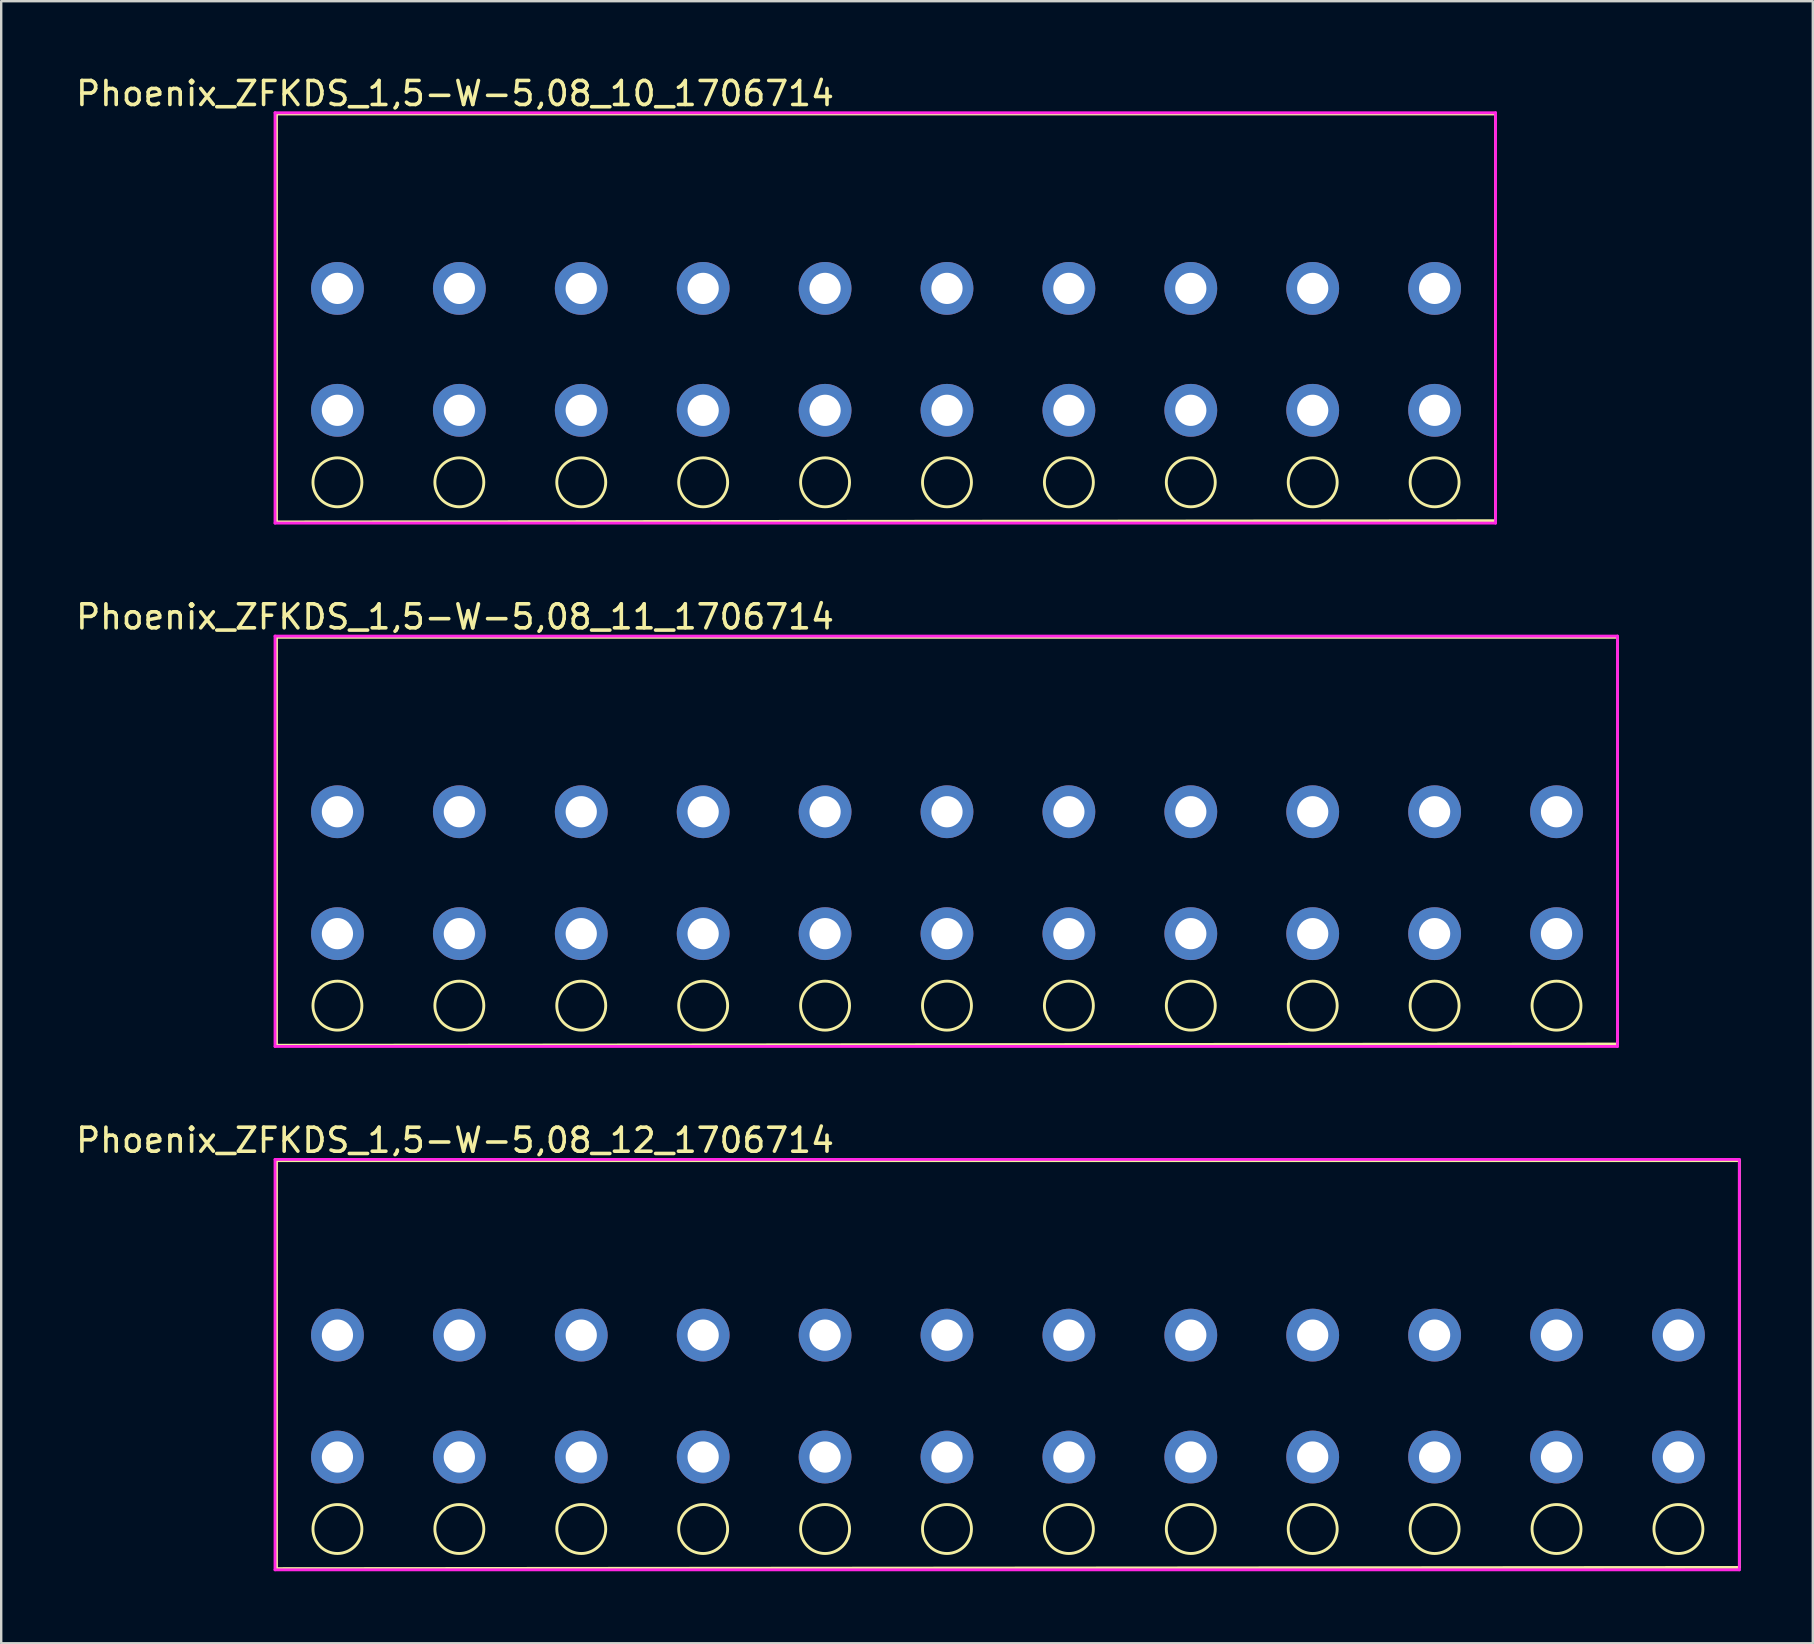
<source format=kicad_pcb>
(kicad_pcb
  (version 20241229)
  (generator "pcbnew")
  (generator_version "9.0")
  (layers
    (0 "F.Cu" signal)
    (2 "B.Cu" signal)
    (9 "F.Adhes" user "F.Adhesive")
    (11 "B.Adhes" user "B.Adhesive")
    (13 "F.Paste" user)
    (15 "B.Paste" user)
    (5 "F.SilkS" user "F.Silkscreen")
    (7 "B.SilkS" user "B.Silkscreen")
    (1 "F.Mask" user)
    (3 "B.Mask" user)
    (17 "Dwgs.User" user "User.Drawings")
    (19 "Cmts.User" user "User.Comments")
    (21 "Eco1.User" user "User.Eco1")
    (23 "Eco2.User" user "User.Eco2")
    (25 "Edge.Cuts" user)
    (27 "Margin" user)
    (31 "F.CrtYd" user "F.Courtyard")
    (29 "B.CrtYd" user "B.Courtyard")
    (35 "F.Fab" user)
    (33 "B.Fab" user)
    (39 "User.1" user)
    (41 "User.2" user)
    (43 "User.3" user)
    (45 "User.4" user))
  (footprint "Phoenix_ZFKDS_1,5-W-5,08_12_1706714"
    (layer "F.Cu")
    (at 11.011 57.665)
    (property "Reference" "Phoenix_ZFKDS_1,5-W-5,08_12_1706714" (at 4.9 -13.2 0) (layer "F.SilkS") (effects (font (size 1 1) (thickness 0.15))))
    (attr through_hole)
    (fp_line (start -2.54 -12.35) (end -2.54 4.65) (stroke (width 0.12) (type solid)) (layer "F.SilkS"))
    (fp_line (start -2.54 4.65) (end 58.42 4.6) (stroke (width 0.12) (type solid)) (layer "F.SilkS"))
    (fp_line (start 58.42 -12.35) (end -2.54 -12.35) (stroke (width 0.12) (type solid)) (layer "F.SilkS"))
    (fp_line (start 58.42 4.6) (end 58.42 -12.35) (stroke (width 0.12) (type solid)) (layer "F.SilkS"))
    (fp_circle (center 0 3) (end 1 2.8) (stroke (width 0.12) (type solid)) (fill no) (layer "F.SilkS"))
    (fp_circle (center 5.08 3) (end 6.1 3) (stroke (width 0.12) (type solid)) (fill no) (layer "F.SilkS"))
    (fp_circle (center 10.16 3) (end 11.18 3) (stroke (width 0.12) (type solid)) (fill no) (layer "F.SilkS"))
    (fp_circle (center 15.24 3) (end 16.26 3) (stroke (width 0.12) (type solid)) (fill no) (layer "F.SilkS"))
    (fp_circle (center 20.32 3) (end 21.34 3) (stroke (width 0.12) (type solid)) (fill no) (layer "F.SilkS"))
    (fp_circle (center 25.4 3) (end 26.42 3) (stroke (width 0.12) (type solid)) (fill no) (layer "F.SilkS"))
    (fp_circle (center 30.48 3) (end 31.5 3) (stroke (width 0.12) (type solid)) (fill no) (layer "F.SilkS"))
    (fp_circle (center 35.56 3) (end 36.58 3) (stroke (width 0.12) (type solid)) (fill no) (layer "F.SilkS"))
    (fp_circle (center 40.64 3) (end 41.66 3) (stroke (width 0.12) (type solid)) (fill no) (layer "F.SilkS"))
    (fp_circle (center 45.72 3) (end 46.74 3) (stroke (width 0.12) (type solid)) (fill no) (layer "F.SilkS"))
    (fp_circle (center 50.8 3) (end 51.82 3) (stroke (width 0.12) (type solid)) (fill no) (layer "F.SilkS"))
    (fp_circle (center 55.88 3) (end 56.9 3) (stroke (width 0.12) (type solid)) (fill no) (layer "F.SilkS"))
    (fp_line (start -2.6 -12.4) (end 58.42 -12.4) (stroke (width 0.12) (type solid)) (layer "F.CrtYd"))
    (fp_line (start -2.6 4.7) (end -2.6 -12.4) (stroke (width 0.12) (type solid)) (layer "F.CrtYd"))
    (fp_line (start 58.42 -12.4) (end 58.42 4.7) (stroke (width 0.12) (type solid)) (layer "F.CrtYd"))
    (fp_line (start 58.42 4.7) (end -2.6 4.7) (stroke (width 0.12) (type solid)) (layer "F.CrtYd"))
    (pad "1" thru_hole circle (at 0 -5.08) (size 2.2 2.2) (drill 1.3) (layers "*.Cu" "*.Mask"))
    (pad "1" thru_hole circle (at 0 0) (size 2.2 2.2) (drill 1.3) (layers "*.Cu" "*.Mask"))
    (pad "2" thru_hole circle (at 5.08 -5.08) (size 2.2 2.2) (drill 1.3) (layers "*.Cu" "*.Mask"))
    (pad "2" thru_hole circle (at 5.08 0) (size 2.2 2.2) (drill 1.3) (layers "*.Cu" "*.Mask"))
    (pad "3" thru_hole circle (at 10.16 -5.08) (size 2.2 2.2) (drill 1.3) (layers "*.Cu" "*.Mask"))
    (pad "3" thru_hole circle (at 10.16 0) (size 2.2 2.2) (drill 1.3) (layers "*.Cu" "*.Mask"))
    (pad "4" thru_hole circle (at 15.24 -5.08) (size 2.2 2.2) (drill 1.3) (layers "*.Cu" "*.Mask"))
    (pad "4" thru_hole circle (at 15.24 0) (size 2.2 2.2) (drill 1.3) (layers "*.Cu" "*.Mask"))
    (pad "5" thru_hole circle (at 20.32 -5.08) (size 2.2 2.2) (drill 1.3) (layers "*.Cu" "*.Mask"))
    (pad "5" thru_hole circle (at 20.32 0) (size 2.2 2.2) (drill 1.3) (layers "*.Cu" "*.Mask"))
    (pad "6" thru_hole circle (at 25.4 -5.08) (size 2.2 2.2) (drill 1.3) (layers "*.Cu" "*.Mask"))
    (pad "6" thru_hole circle (at 25.4 0) (size 2.2 2.2) (drill 1.3) (layers "*.Cu" "*.Mask"))
    (pad "7" thru_hole circle (at 30.48 -5.08) (size 2.2 2.2) (drill 1.3) (layers "*.Cu" "*.Mask"))
    (pad "7" thru_hole circle (at 30.48 0) (size 2.2 2.2) (drill 1.3) (layers "*.Cu" "*.Mask"))
    (pad "8" thru_hole circle (at 35.56 -5.08) (size 2.2 2.2) (drill 1.3) (layers "*.Cu" "*.Mask"))
    (pad "8" thru_hole circle (at 35.56 0) (size 2.2 2.2) (drill 1.3) (layers "*.Cu" "*.Mask"))
    (pad "9" thru_hole circle (at 40.64 -5.08) (size 2.2 2.2) (drill 1.3) (layers "*.Cu" "*.Mask"))
    (pad "9" thru_hole circle (at 40.64 0) (size 2.2 2.2) (drill 1.3) (layers "*.Cu" "*.Mask"))
    (pad "10" thru_hole circle (at 45.72 -5.08) (size 2.2 2.2) (drill 1.3) (layers "*.Cu" "*.Mask"))
    (pad "10" thru_hole circle (at 45.72 0) (size 2.2 2.2) (drill 1.3) (layers "*.Cu" "*.Mask"))
    (pad "11" thru_hole circle (at 50.8 -5.08) (size 2.2 2.2) (drill 1.3) (layers "*.Cu" "*.Mask"))
    (pad "11" thru_hole circle (at 50.8 0) (size 2.2 2.2) (drill 1.3) (layers "*.Cu" "*.Mask"))
    (pad "12" thru_hole circle (at 55.88 -5.08) (size 2.2 2.2) (drill 1.3) (layers "*.Cu" "*.Mask"))
    (pad "12" thru_hole circle (at 55.88 0) (size 2.2 2.2) (drill 1.3) (layers "*.Cu" "*.Mask")))
  (footprint "Phoenix_ZFKDS_1,5-W-5,08_11_1706714"
    (layer "F.Cu")
    (at 11.011 35.856)
    (property "Reference" "Phoenix_ZFKDS_1,5-W-5,08_11_1706714" (at 4.9 -13.2 0) (layer "F.SilkS") (effects (font (size 1 1) (thickness 0.15))))
    (attr through_hole)
    (fp_line (start -2.54 -12.35) (end -2.54 4.65) (stroke (width 0.12) (type solid)) (layer "F.SilkS"))
    (fp_line (start -2.54 4.65) (end 53.34 4.6) (stroke (width 0.12) (type solid)) (layer "F.SilkS"))
    (fp_line (start 53.34 -12.35) (end -2.54 -12.35) (stroke (width 0.12) (type solid)) (layer "F.SilkS"))
    (fp_line (start 53.34 4.6) (end 53.34 -12.35) (stroke (width 0.12) (type solid)) (layer "F.SilkS"))
    (fp_circle (center 0 3) (end 1 2.8) (stroke (width 0.12) (type solid)) (fill no) (layer "F.SilkS"))
    (fp_circle (center 5.08 3) (end 6.1 3) (stroke (width 0.12) (type solid)) (fill no) (layer "F.SilkS"))
    (fp_circle (center 10.16 3) (end 11.18 3) (stroke (width 0.12) (type solid)) (fill no) (layer "F.SilkS"))
    (fp_circle (center 15.24 3) (end 16.26 3) (stroke (width 0.12) (type solid)) (fill no) (layer "F.SilkS"))
    (fp_circle (center 20.32 3) (end 21.34 3) (stroke (width 0.12) (type solid)) (fill no) (layer "F.SilkS"))
    (fp_circle (center 25.4 3) (end 26.42 3) (stroke (width 0.12) (type solid)) (fill no) (layer "F.SilkS"))
    (fp_circle (center 30.48 3) (end 31.5 3) (stroke (width 0.12) (type solid)) (fill no) (layer "F.SilkS"))
    (fp_circle (center 35.56 3) (end 36.58 3) (stroke (width 0.12) (type solid)) (fill no) (layer "F.SilkS"))
    (fp_circle (center 40.64 3) (end 41.66 3) (stroke (width 0.12) (type solid)) (fill no) (layer "F.SilkS"))
    (fp_circle (center 45.72 3) (end 46.74 3) (stroke (width 0.12) (type solid)) (fill no) (layer "F.SilkS"))
    (fp_circle (center 50.8 3) (end 51.82 3) (stroke (width 0.12) (type solid)) (fill no) (layer "F.SilkS"))
    (fp_line (start -2.6 -12.4) (end 53.34 -12.4) (stroke (width 0.12) (type solid)) (layer "F.CrtYd"))
    (fp_line (start -2.6 4.7) (end -2.6 -12.4) (stroke (width 0.12) (type solid)) (layer "F.CrtYd"))
    (fp_line (start 53.34 -12.4) (end 53.34 4.7) (stroke (width 0.12) (type solid)) (layer "F.CrtYd"))
    (fp_line (start 53.34 4.7) (end -2.6 4.7) (stroke (width 0.12) (type solid)) (layer "F.CrtYd"))
    (pad "1" thru_hole circle (at 0 -5.08) (size 2.2 2.2) (drill 1.3) (layers "*.Cu" "*.Mask"))
    (pad "1" thru_hole circle (at 0 0) (size 2.2 2.2) (drill 1.3) (layers "*.Cu" "*.Mask"))
    (pad "2" thru_hole circle (at 5.08 -5.08) (size 2.2 2.2) (drill 1.3) (layers "*.Cu" "*.Mask"))
    (pad "2" thru_hole circle (at 5.08 0) (size 2.2 2.2) (drill 1.3) (layers "*.Cu" "*.Mask"))
    (pad "3" thru_hole circle (at 10.16 -5.08) (size 2.2 2.2) (drill 1.3) (layers "*.Cu" "*.Mask"))
    (pad "3" thru_hole circle (at 10.16 0) (size 2.2 2.2) (drill 1.3) (layers "*.Cu" "*.Mask"))
    (pad "4" thru_hole circle (at 15.24 -5.08) (size 2.2 2.2) (drill 1.3) (layers "*.Cu" "*.Mask"))
    (pad "4" thru_hole circle (at 15.24 0) (size 2.2 2.2) (drill 1.3) (layers "*.Cu" "*.Mask"))
    (pad "5" thru_hole circle (at 20.32 -5.08) (size 2.2 2.2) (drill 1.3) (layers "*.Cu" "*.Mask"))
    (pad "5" thru_hole circle (at 20.32 0) (size 2.2 2.2) (drill 1.3) (layers "*.Cu" "*.Mask"))
    (pad "6" thru_hole circle (at 25.4 -5.08) (size 2.2 2.2) (drill 1.3) (layers "*.Cu" "*.Mask"))
    (pad "6" thru_hole circle (at 25.4 0) (size 2.2 2.2) (drill 1.3) (layers "*.Cu" "*.Mask"))
    (pad "7" thru_hole circle (at 30.48 -5.08) (size 2.2 2.2) (drill 1.3) (layers "*.Cu" "*.Mask"))
    (pad "7" thru_hole circle (at 30.48 0) (size 2.2 2.2) (drill 1.3) (layers "*.Cu" "*.Mask"))
    (pad "8" thru_hole circle (at 35.56 -5.08) (size 2.2 2.2) (drill 1.3) (layers "*.Cu" "*.Mask"))
    (pad "8" thru_hole circle (at 35.56 0) (size 2.2 2.2) (drill 1.3) (layers "*.Cu" "*.Mask"))
    (pad "9" thru_hole circle (at 40.64 -5.08) (size 2.2 2.2) (drill 1.3) (layers "*.Cu" "*.Mask"))
    (pad "9" thru_hole circle (at 40.64 0) (size 2.2 2.2) (drill 1.3) (layers "*.Cu" "*.Mask"))
    (pad "10" thru_hole circle (at 45.72 -5.08) (size 2.2 2.2) (drill 1.3) (layers "*.Cu" "*.Mask"))
    (pad "10" thru_hole circle (at 45.72 0) (size 2.2 2.2) (drill 1.3) (layers "*.Cu" "*.Mask"))
    (pad "11" thru_hole circle (at 50.8 -5.08) (size 2.2 2.2) (drill 1.3) (layers "*.Cu" "*.Mask"))
    (pad "11" thru_hole circle (at 50.8 0) (size 2.2 2.2) (drill 1.3) (layers "*.Cu" "*.Mask")))
  (footprint "Phoenix_ZFKDS_1,5-W-5,08_10_1706714"
    (layer "F.Cu")
    (at 11.011 14.048)
    (property "Reference" "Phoenix_ZFKDS_1,5-W-5,08_10_1706714" (at 4.9 -13.2 0) (layer "F.SilkS") (effects (font (size 1 1) (thickness 0.15))))
    (attr through_hole)
    (fp_line (start -2.54 -12.35) (end -2.54 4.65) (stroke (width 0.12) (type solid)) (layer "F.SilkS"))
    (fp_line (start -2.54 4.65) (end 48.26 4.6) (stroke (width 0.12) (type solid)) (layer "F.SilkS"))
    (fp_line (start 48.26 -12.35) (end -2.54 -12.35) (stroke (width 0.12) (type solid)) (layer "F.SilkS"))
    (fp_line (start 48.26 4.6) (end 48.26 -12.35) (stroke (width 0.12) (type solid)) (layer "F.SilkS"))
    (fp_circle (center 0 3) (end 1 2.8) (stroke (width 0.12) (type solid)) (fill no) (layer "F.SilkS"))
    (fp_circle (center 5.08 3) (end 6.1 3) (stroke (width 0.12) (type solid)) (fill no) (layer "F.SilkS"))
    (fp_circle (center 10.16 3) (end 11.18 3) (stroke (width 0.12) (type solid)) (fill no) (layer "F.SilkS"))
    (fp_circle (center 15.24 3) (end 16.26 3) (stroke (width 0.12) (type solid)) (fill no) (layer "F.SilkS"))
    (fp_circle (center 20.32 3) (end 21.34 3) (stroke (width 0.12) (type solid)) (fill no) (layer "F.SilkS"))
    (fp_circle (center 25.4 3) (end 26.42 3) (stroke (width 0.12) (type solid)) (fill no) (layer "F.SilkS"))
    (fp_circle (center 30.48 3) (end 31.5 3) (stroke (width 0.12) (type solid)) (fill no) (layer "F.SilkS"))
    (fp_circle (center 35.56 3) (end 36.58 3) (stroke (width 0.12) (type solid)) (fill no) (layer "F.SilkS"))
    (fp_circle (center 40.64 3) (end 41.66 3) (stroke (width 0.12) (type solid)) (fill no) (layer "F.SilkS"))
    (fp_circle (center 45.72 3) (end 46.74 3) (stroke (width 0.12) (type solid)) (fill no) (layer "F.SilkS"))
    (fp_line (start -2.6 -12.4) (end 48.26 -12.4) (stroke (width 0.12) (type solid)) (layer "F.CrtYd"))
    (fp_line (start -2.6 4.7) (end -2.6 -12.4) (stroke (width 0.12) (type solid)) (layer "F.CrtYd"))
    (fp_line (start 48.26 -12.4) (end 48.26 4.7) (stroke (width 0.12) (type solid)) (layer "F.CrtYd"))
    (fp_line (start 48.26 4.7) (end -2.6 4.7) (stroke (width 0.12) (type solid)) (layer "F.CrtYd"))
    (pad "1" thru_hole circle (at 0 -5.08) (size 2.2 2.2) (drill 1.3) (layers "*.Cu" "*.Mask"))
    (pad "1" thru_hole circle (at 0 0) (size 2.2 2.2) (drill 1.3) (layers "*.Cu" "*.Mask"))
    (pad "2" thru_hole circle (at 5.08 -5.08) (size 2.2 2.2) (drill 1.3) (layers "*.Cu" "*.Mask"))
    (pad "2" thru_hole circle (at 5.08 0) (size 2.2 2.2) (drill 1.3) (layers "*.Cu" "*.Mask"))
    (pad "3" thru_hole circle (at 10.16 -5.08) (size 2.2 2.2) (drill 1.3) (layers "*.Cu" "*.Mask"))
    (pad "3" thru_hole circle (at 10.16 0) (size 2.2 2.2) (drill 1.3) (layers "*.Cu" "*.Mask"))
    (pad "4" thru_hole circle (at 15.24 -5.08) (size 2.2 2.2) (drill 1.3) (layers "*.Cu" "*.Mask"))
    (pad "4" thru_hole circle (at 15.24 0) (size 2.2 2.2) (drill 1.3) (layers "*.Cu" "*.Mask"))
    (pad "5" thru_hole circle (at 20.32 -5.08) (size 2.2 2.2) (drill 1.3) (layers "*.Cu" "*.Mask"))
    (pad "5" thru_hole circle (at 20.32 0) (size 2.2 2.2) (drill 1.3) (layers "*.Cu" "*.Mask"))
    (pad "6" thru_hole circle (at 25.4 -5.08) (size 2.2 2.2) (drill 1.3) (layers "*.Cu" "*.Mask"))
    (pad "6" thru_hole circle (at 25.4 0) (size 2.2 2.2) (drill 1.3) (layers "*.Cu" "*.Mask"))
    (pad "7" thru_hole circle (at 30.48 -5.08) (size 2.2 2.2) (drill 1.3) (layers "*.Cu" "*.Mask"))
    (pad "7" thru_hole circle (at 30.48 0) (size 2.2 2.2) (drill 1.3) (layers "*.Cu" "*.Mask"))
    (pad "8" thru_hole circle (at 35.56 -5.08) (size 2.2 2.2) (drill 1.3) (layers "*.Cu" "*.Mask"))
    (pad "8" thru_hole circle (at 35.56 0) (size 2.2 2.2) (drill 1.3) (layers "*.Cu" "*.Mask"))
    (pad "9" thru_hole circle (at 40.64 -5.08) (size 2.2 2.2) (drill 1.3) (layers "*.Cu" "*.Mask"))
    (pad "9" thru_hole circle (at 40.64 0) (size 2.2 2.2) (drill 1.3) (layers "*.Cu" "*.Mask"))
    (pad "10" thru_hole circle (at 45.72 -5.08) (size 2.2 2.2) (drill 1.3) (layers "*.Cu" "*.Mask"))
    (pad "10" thru_hole circle (at 45.72 0) (size 2.2 2.2) (drill 1.3) (layers "*.Cu" "*.Mask")))
  (gr_rect
    (start -3 -3)
    (end 72.491 65.425)
    (stroke (width 0.1) (type default))
    (fill no)
    (layer "Edge.Cuts")))
</source>
